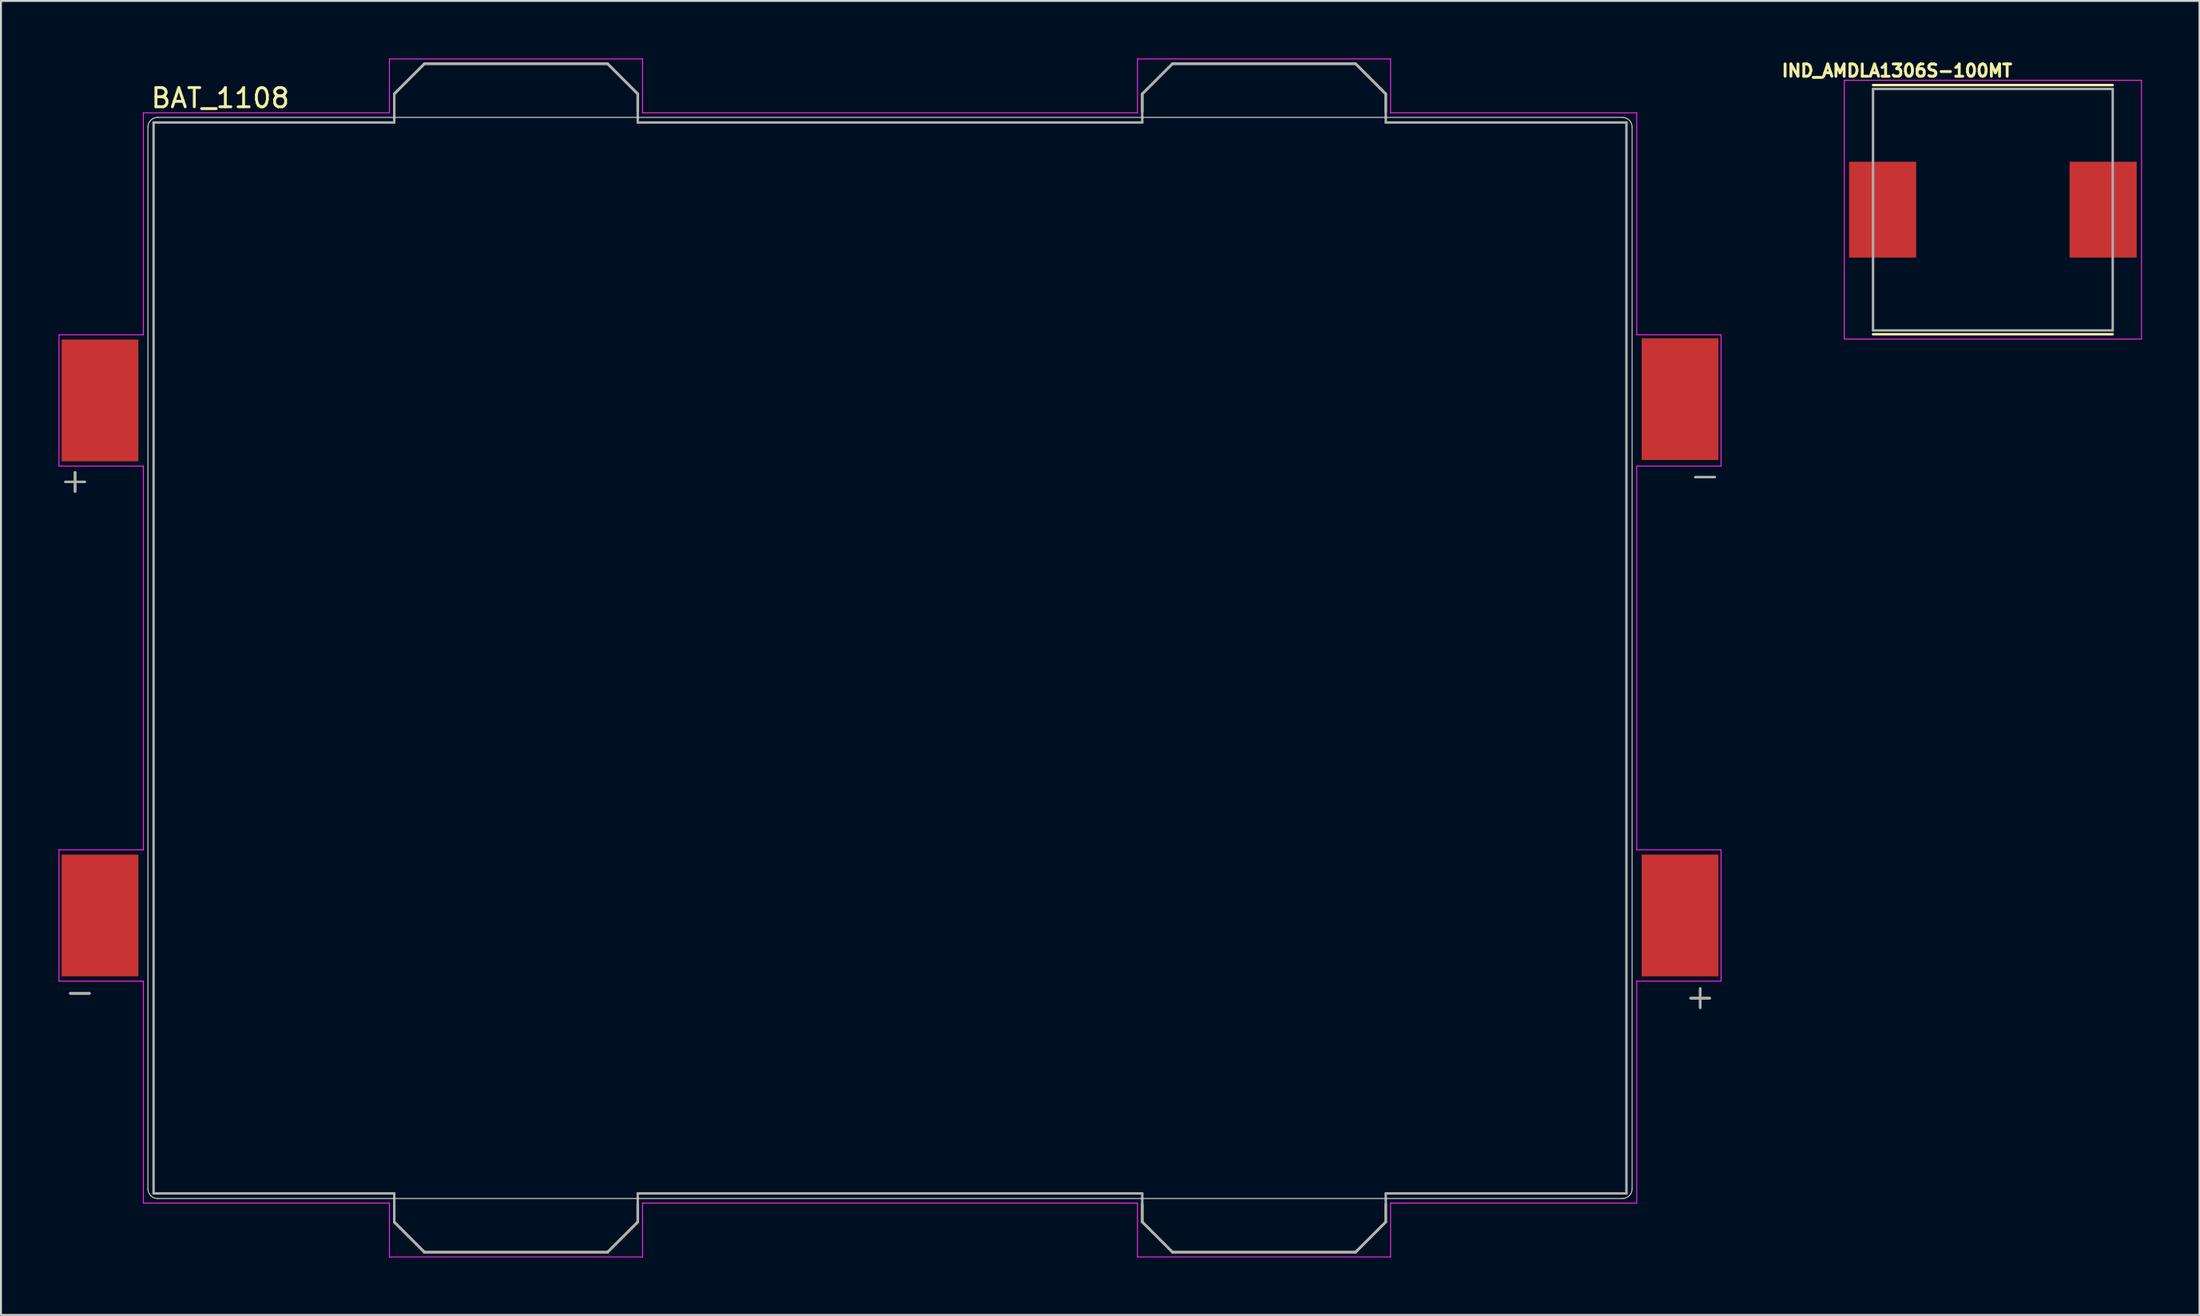
<source format=kicad_pcb>
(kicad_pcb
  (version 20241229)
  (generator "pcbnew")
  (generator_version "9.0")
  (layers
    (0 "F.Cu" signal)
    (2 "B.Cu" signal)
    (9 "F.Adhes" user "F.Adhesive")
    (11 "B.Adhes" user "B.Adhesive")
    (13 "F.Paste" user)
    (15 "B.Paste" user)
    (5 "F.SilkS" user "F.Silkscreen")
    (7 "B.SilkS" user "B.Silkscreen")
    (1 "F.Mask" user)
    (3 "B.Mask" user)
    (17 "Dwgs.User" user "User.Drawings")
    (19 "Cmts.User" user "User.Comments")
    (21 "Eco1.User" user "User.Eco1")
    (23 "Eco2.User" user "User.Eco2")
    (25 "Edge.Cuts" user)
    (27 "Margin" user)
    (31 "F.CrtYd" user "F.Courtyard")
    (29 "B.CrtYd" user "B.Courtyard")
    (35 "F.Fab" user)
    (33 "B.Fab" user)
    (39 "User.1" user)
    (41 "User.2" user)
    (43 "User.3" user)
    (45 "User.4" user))
  (footprint "BAT_1108"
    (layer "F.Cu")
    (at 43.365 31.275)
    (property "Reference" "BAT_1108" (at -34.925 -29.21 0) (layer "F.SilkS") (effects (font (size 1 1) (thickness 0.15))))
    (attr smd)
    (fp_line (start -43 -9.185) (end -42 -9.185) (stroke (width 0.127) (type solid)) (layer "F.SilkS"))
    (fp_line (start -42.75 17.5) (end -41.75 17.5) (stroke (width 0.127) (type solid)) (layer "F.SilkS"))
    (fp_line (start -42.5 -9.685) (end -42.5 -8.685) (stroke (width 0.127) (type solid)) (layer "F.SilkS"))
    (fp_line (start -25.855 -29.425) (end -25.855 -28.503) (stroke (width 0.127) (type solid)) (layer "F.SilkS"))
    (fp_line (start -25.855 28.503) (end -25.855 29.425) (stroke (width 0.127) (type solid)) (layer "F.SilkS"))
    (fp_line (start -25.855 29.425) (end -24.28 31) (stroke (width 0.127) (type solid)) (layer "F.SilkS"))
    (fp_line (start -24.28 -31) (end -25.855 -29.425) (stroke (width 0.127) (type solid)) (layer "F.SilkS"))
    (fp_line (start -24.28 -31) (end -14.73 -31) (stroke (width 0.127) (type solid)) (layer "F.SilkS"))
    (fp_line (start -24.28 31) (end -14.73 31) (stroke (width 0.127) (type solid)) (layer "F.SilkS"))
    (fp_line (start -14.73 -31) (end -13.155 -29.425) (stroke (width 0.127) (type solid)) (layer "F.SilkS"))
    (fp_line (start -14.73 31) (end -13.155 29.425) (stroke (width 0.127) (type solid)) (layer "F.SilkS"))
    (fp_line (start -13.155 -29.425) (end -13.155 -28.503) (stroke (width 0.127) (type solid)) (layer "F.SilkS"))
    (fp_line (start -13.155 29.425) (end -13.155 28.503) (stroke (width 0.127) (type solid)) (layer "F.SilkS"))
    (fp_line (start 13.155 -29.425) (end 14.73 -31) (stroke (width 0.127) (type solid)) (layer "F.SilkS"))
    (fp_line (start 13.155 -28.503) (end 13.155 -29.425) (stroke (width 0.127) (type solid)) (layer "F.SilkS"))
    (fp_line (start 13.155 28.503) (end 13.155 29.425) (stroke (width 0.127) (type solid)) (layer "F.SilkS"))
    (fp_line (start 13.155 29.425) (end 14.73 31) (stroke (width 0.127) (type solid)) (layer "F.SilkS"))
    (fp_line (start 14.73 -31) (end 24.28 -31) (stroke (width 0.127) (type solid)) (layer "F.SilkS"))
    (fp_line (start 14.73 31) (end 24.28 31) (stroke (width 0.127) (type solid)) (layer "F.SilkS"))
    (fp_line (start 24.28 -31) (end 25.855 -29.425) (stroke (width 0.127) (type solid)) (layer "F.SilkS"))
    (fp_line (start 24.28 31) (end 25.855 29.425) (stroke (width 0.127) (type solid)) (layer "F.SilkS"))
    (fp_line (start 25.855 -29.425) (end 25.855 -28.503) (stroke (width 0.127) (type solid)) (layer "F.SilkS"))
    (fp_line (start 25.855 29.425) (end 25.855 28.503) (stroke (width 0.127) (type solid)) (layer "F.SilkS"))
    (fp_line (start 41.75 17.75) (end 42.75 17.75) (stroke (width 0.127) (type solid)) (layer "F.SilkS"))
    (fp_line (start 42 -9.435) (end 43 -9.435) (stroke (width 0.127) (type solid)) (layer "F.SilkS"))
    (fp_line (start 42.25 17.25) (end 42.25 18.25) (stroke (width 0.127) (type solid)) (layer "F.SilkS"))
    (fp_line (start -38.7 27.7) (end -38.7 -27.7) (stroke (width 0.05) (type solid)) (layer "Edge.Cuts"))
    (fp_line (start -38.2 -28.2) (end 38.2 -28.2) (stroke (width 0.05) (type solid)) (layer "Edge.Cuts"))
    (fp_line (start 38.2 28.2) (end -38.2 28.2) (stroke (width 0.05) (type solid)) (layer "Edge.Cuts"))
    (fp_line (start 38.7 -27.7) (end 38.7 27.7) (stroke (width 0.05) (type solid)) (layer "Edge.Cuts"))
    (fp_arc (start -38.7 -27.7) (mid -38.553553 -28.053553) (end -38.2 -28.2) (stroke (width 0.05) (type default)) (layer "Edge.Cuts"))
    (fp_arc (start -38.2 28.2) (mid -38.553553 28.053553) (end -38.7 27.7) (stroke (width 0.05) (type default)) (layer "Edge.Cuts"))
    (fp_arc (start 38.2 -28.2) (mid 38.553553 -28.053553) (end 38.7 -27.7) (stroke (width 0.05) (type default)) (layer "Edge.Cuts"))
    (fp_arc (start 38.7 27.7) (mid 38.553553 28.053553) (end 38.2 28.2) (stroke (width 0.05) (type default)) (layer "Edge.Cuts"))
    (fp_line (start -43.34 -16.86) (end -43.34 -10.01) (stroke (width 0.05) (type solid)) (layer "F.CrtYd"))
    (fp_line (start -43.34 -10.01) (end -38.94 -10.01) (stroke (width 0.05) (type solid)) (layer "F.CrtYd"))
    (fp_line (start -43.34 10.01) (end -43.34 16.86) (stroke (width 0.05) (type solid)) (layer "F.CrtYd"))
    (fp_line (start -43.34 16.86) (end -38.94 16.86) (stroke (width 0.05) (type solid)) (layer "F.CrtYd"))
    (fp_line (start -38.94 -28.44) (end -38.94 -16.86) (stroke (width 0.05) (type solid)) (layer "F.CrtYd"))
    (fp_line (start -38.94 -16.86) (end -43.34 -16.86) (stroke (width 0.05) (type solid)) (layer "F.CrtYd"))
    (fp_line (start -38.94 -10.01) (end -38.94 10.01) (stroke (width 0.05) (type solid)) (layer "F.CrtYd"))
    (fp_line (start -38.94 10.01) (end -43.34 10.01) (stroke (width 0.05) (type solid)) (layer "F.CrtYd"))
    (fp_line (start -38.94 16.86) (end -38.94 28.44) (stroke (width 0.05) (type solid)) (layer "F.CrtYd"))
    (fp_line (start -38.94 28.44) (end -26.105 28.44) (stroke (width 0.05) (type solid)) (layer "F.CrtYd"))
    (fp_line (start -26.105 -31.25) (end -26.105 -28.44) (stroke (width 0.05) (type solid)) (layer "F.CrtYd"))
    (fp_line (start -26.105 -28.44) (end -38.94 -28.44) (stroke (width 0.05) (type solid)) (layer "F.CrtYd"))
    (fp_line (start -26.105 28.44) (end -26.105 31.25) (stroke (width 0.05) (type solid)) (layer "F.CrtYd"))
    (fp_line (start -26.105 31.25) (end -12.905 31.25) (stroke (width 0.05) (type solid)) (layer "F.CrtYd"))
    (fp_line (start -12.905 -31.25) (end -26.105 -31.25) (stroke (width 0.05) (type solid)) (layer "F.CrtYd"))
    (fp_line (start -12.905 -28.44) (end -12.905 -31.25) (stroke (width 0.05) (type solid)) (layer "F.CrtYd"))
    (fp_line (start -12.905 28.44) (end 12.905 28.44) (stroke (width 0.05) (type solid)) (layer "F.CrtYd"))
    (fp_line (start -12.905 31.25) (end -12.905 28.44) (stroke (width 0.05) (type solid)) (layer "F.CrtYd"))
    (fp_line (start 12.905 -31.25) (end 12.905 -28.44) (stroke (width 0.05) (type solid)) (layer "F.CrtYd"))
    (fp_line (start 12.905 -28.44) (end -12.905 -28.44) (stroke (width 0.05) (type solid)) (layer "F.CrtYd"))
    (fp_line (start 12.905 28.44) (end 12.905 31.25) (stroke (width 0.05) (type solid)) (layer "F.CrtYd"))
    (fp_line (start 12.905 31.25) (end 26.105 31.25) (stroke (width 0.05) (type solid)) (layer "F.CrtYd"))
    (fp_line (start 26.105 -31.25) (end 12.905 -31.25) (stroke (width 0.05) (type solid)) (layer "F.CrtYd"))
    (fp_line (start 26.105 -28.44) (end 26.105 -31.25) (stroke (width 0.05) (type solid)) (layer "F.CrtYd"))
    (fp_line (start 26.105 28.44) (end 38.94 28.44) (stroke (width 0.05) (type solid)) (layer "F.CrtYd"))
    (fp_line (start 26.105 31.25) (end 26.105 28.44) (stroke (width 0.05) (type solid)) (layer "F.CrtYd"))
    (fp_line (start 38.94 -28.44) (end 26.105 -28.44) (stroke (width 0.05) (type solid)) (layer "F.CrtYd"))
    (fp_line (start 38.94 -16.86) (end 38.94 -28.44) (stroke (width 0.05) (type solid)) (layer "F.CrtYd"))
    (fp_line (start 38.94 -10.01) (end 43.34 -10.01) (stroke (width 0.05) (type solid)) (layer "F.CrtYd"))
    (fp_line (start 38.94 10.01) (end 38.94 -10.01) (stroke (width 0.05) (type solid)) (layer "F.CrtYd"))
    (fp_line (start 38.94 16.86) (end 43.34 16.86) (stroke (width 0.05) (type solid)) (layer "F.CrtYd"))
    (fp_line (start 38.94 28.44) (end 38.94 16.86) (stroke (width 0.05) (type solid)) (layer "F.CrtYd"))
    (fp_line (start 43.34 -16.86) (end 38.94 -16.86) (stroke (width 0.05) (type solid)) (layer "F.CrtYd"))
    (fp_line (start 43.34 -10.01) (end 43.34 -16.86) (stroke (width 0.05) (type solid)) (layer "F.CrtYd"))
    (fp_line (start 43.34 10.01) (end 38.94 10.01) (stroke (width 0.05) (type solid)) (layer "F.CrtYd"))
    (fp_line (start 43.34 16.86) (end 43.34 10.01) (stroke (width 0.05) (type solid)) (layer "F.CrtYd"))
    (fp_line (start -43 -9.185) (end -42 -9.185) (stroke (width 0.127) (type solid)) (layer "F.Fab"))
    (fp_line (start -42.75 17.5) (end -41.75 17.5) (stroke (width 0.127) (type solid)) (layer "F.Fab"))
    (fp_line (start -42.5 -9.685) (end -42.5 -8.685) (stroke (width 0.127) (type solid)) (layer "F.Fab"))
    (fp_line (start -38.405 -27.935) (end -25.855 -27.935) (stroke (width 0.127) (type solid)) (layer "F.Fab"))
    (fp_line (start -38.405 27.935) (end -38.405 -27.935) (stroke (width 0.127) (type solid)) (layer "F.Fab"))
    (fp_line (start -25.855 -29.425) (end -25.855 -27.935) (stroke (width 0.127) (type solid)) (layer "F.Fab"))
    (fp_line (start -25.855 27.935) (end -38.405 27.935) (stroke (width 0.127) (type solid)) (layer "F.Fab"))
    (fp_line (start -25.855 27.935) (end -25.855 29.425) (stroke (width 0.127) (type solid)) (layer "F.Fab"))
    (fp_line (start -25.855 29.425) (end -24.28 31) (stroke (width 0.127) (type solid)) (layer "F.Fab"))
    (fp_line (start -24.28 -31) (end -25.855 -29.425) (stroke (width 0.127) (type solid)) (layer "F.Fab"))
    (fp_line (start -24.28 -31) (end -14.73 -31) (stroke (width 0.127) (type solid)) (layer "F.Fab"))
    (fp_line (start -24.28 31) (end -14.73 31) (stroke (width 0.127) (type solid)) (layer "F.Fab"))
    (fp_line (start -14.73 -31) (end -13.155 -29.425) (stroke (width 0.127) (type solid)) (layer "F.Fab"))
    (fp_line (start -14.73 31) (end -13.155 29.425) (stroke (width 0.127) (type solid)) (layer "F.Fab"))
    (fp_line (start -13.155 -29.425) (end -13.155 -27.935) (stroke (width 0.127) (type solid)) (layer "F.Fab"))
    (fp_line (start -13.155 -27.935) (end 13.155 -27.935) (stroke (width 0.127) (type solid)) (layer "F.Fab"))
    (fp_line (start -13.155 29.425) (end -13.155 27.935) (stroke (width 0.127) (type solid)) (layer "F.Fab"))
    (fp_line (start 13.155 -29.425) (end 14.73 -31) (stroke (width 0.127) (type solid)) (layer "F.Fab"))
    (fp_line (start 13.155 -27.935) (end 13.155 -29.425) (stroke (width 0.127) (type solid)) (layer "F.Fab"))
    (fp_line (start 13.155 27.935) (end -13.155 27.935) (stroke (width 0.127) (type solid)) (layer "F.Fab"))
    (fp_line (start 13.155 27.935) (end 13.155 29.425) (stroke (width 0.127) (type solid)) (layer "F.Fab"))
    (fp_line (start 13.155 29.425) (end 14.73 31) (stroke (width 0.127) (type solid)) (layer "F.Fab"))
    (fp_line (start 14.73 -31) (end 24.28 -31) (stroke (width 0.127) (type solid)) (layer "F.Fab"))
    (fp_line (start 14.73 31) (end 24.28 31) (stroke (width 0.127) (type solid)) (layer "F.Fab"))
    (fp_line (start 24.28 -31) (end 25.855 -29.425) (stroke (width 0.127) (type solid)) (layer "F.Fab"))
    (fp_line (start 24.28 31) (end 25.855 29.425) (stroke (width 0.127) (type solid)) (layer "F.Fab"))
    (fp_line (start 25.855 -29.425) (end 25.855 -27.935) (stroke (width 0.127) (type solid)) (layer "F.Fab"))
    (fp_line (start 25.855 -27.935) (end 38.405 -27.935) (stroke (width 0.127) (type solid)) (layer "F.Fab"))
    (fp_line (start 25.855 29.425) (end 25.855 27.935) (stroke (width 0.127) (type solid)) (layer "F.Fab"))
    (fp_line (start 38.405 -27.935) (end 38.405 27.935) (stroke (width 0.127) (type solid)) (layer "F.Fab"))
    (fp_line (start 38.405 27.935) (end 25.855 27.935) (stroke (width 0.127) (type solid)) (layer "F.Fab"))
    (fp_line (start 41.75 17.75) (end 42.75 17.75) (stroke (width 0.127) (type solid)) (layer "F.Fab"))
    (fp_line (start 42 -9.435) (end 43 -9.435) (stroke (width 0.127) (type solid)) (layer "F.Fab"))
    (fp_line (start 42.25 17.25) (end 42.25 18.25) (stroke (width 0.127) (type solid)) (layer "F.Fab"))
    (pad "1" smd rect (at -41.2 -13.435) (size 4 6.35) (layers "F.Cu" "F.Mask" "F.Paste"))
    (pad "2" smd rect (at 41.2 -13.5) (size 4 6.35) (layers "F.Cu" "F.Mask" "F.Paste"))
    (pad "3" smd rect (at 41.2 13.435) (size 4 6.35) (layers "F.Cu" "F.Mask" "F.Paste"))
    (pad "4" smd rect (at -41.2 13.435) (size 4 6.35) (layers "F.Cu" "F.Mask" "F.Paste")))
  (footprint "IND_AMDLA1306S-100MT"
    (layer "F.Cu")
    (at 100.88 7.888)
    (property "Reference" "IND_AMDLA1306S-100MT" (at -5 -7.25 0) (layer "F.SilkS") (effects (font (size 0.64 0.64) (thickness 0.15))))
    (attr smd)
    (fp_line (start -6.25 -6.5) (end 6.25 -6.5) (stroke (width 0.127) (type solid)) (layer "F.SilkS"))
    (fp_line (start -6.25 6.5) (end 6.25 6.5) (stroke (width 0.127) (type solid)) (layer "F.SilkS"))
    (fp_line (start -7.75 -6.75) (end -7.75 6.75) (stroke (width 0.05) (type solid)) (layer "F.CrtYd"))
    (fp_line (start -7.75 6.75) (end 7.75 6.75) (stroke (width 0.05) (type solid)) (layer "F.CrtYd"))
    (fp_line (start 7.75 -6.75) (end -7.75 -6.75) (stroke (width 0.05) (type solid)) (layer "F.CrtYd"))
    (fp_line (start 7.75 6.75) (end 7.75 -6.75) (stroke (width 0.05) (type solid)) (layer "F.CrtYd"))
    (fp_line (start -6.25 -6.3) (end -6.25 6.3) (stroke (width 0.127) (type solid)) (layer "F.Fab"))
    (fp_line (start -6.25 -6.3) (end 6.25 -6.3) (stroke (width 0.127) (type solid)) (layer "F.Fab"))
    (fp_line (start -6.25 6.3) (end 6.25 6.3) (stroke (width 0.127) (type solid)) (layer "F.Fab"))
    (fp_line (start 6.25 -6.3) (end 6.25 6.3) (stroke (width 0.127) (type solid)) (layer "F.Fab"))
    (pad "1" smd rect (at -5.75 0) (size 3.5 5) (layers "F.Cu" "F.Mask" "F.Paste"))
    (pad "2" smd rect (at 5.75 0) (size 3.5 5) (layers "F.Cu" "F.Mask" "F.Paste")))
  (gr_rect
    (start -3 -3)
    (end 111.655 65.55)
    (stroke (width 0.1) (type default))
    (fill no)
    (layer "Edge.Cuts")))
</source>
